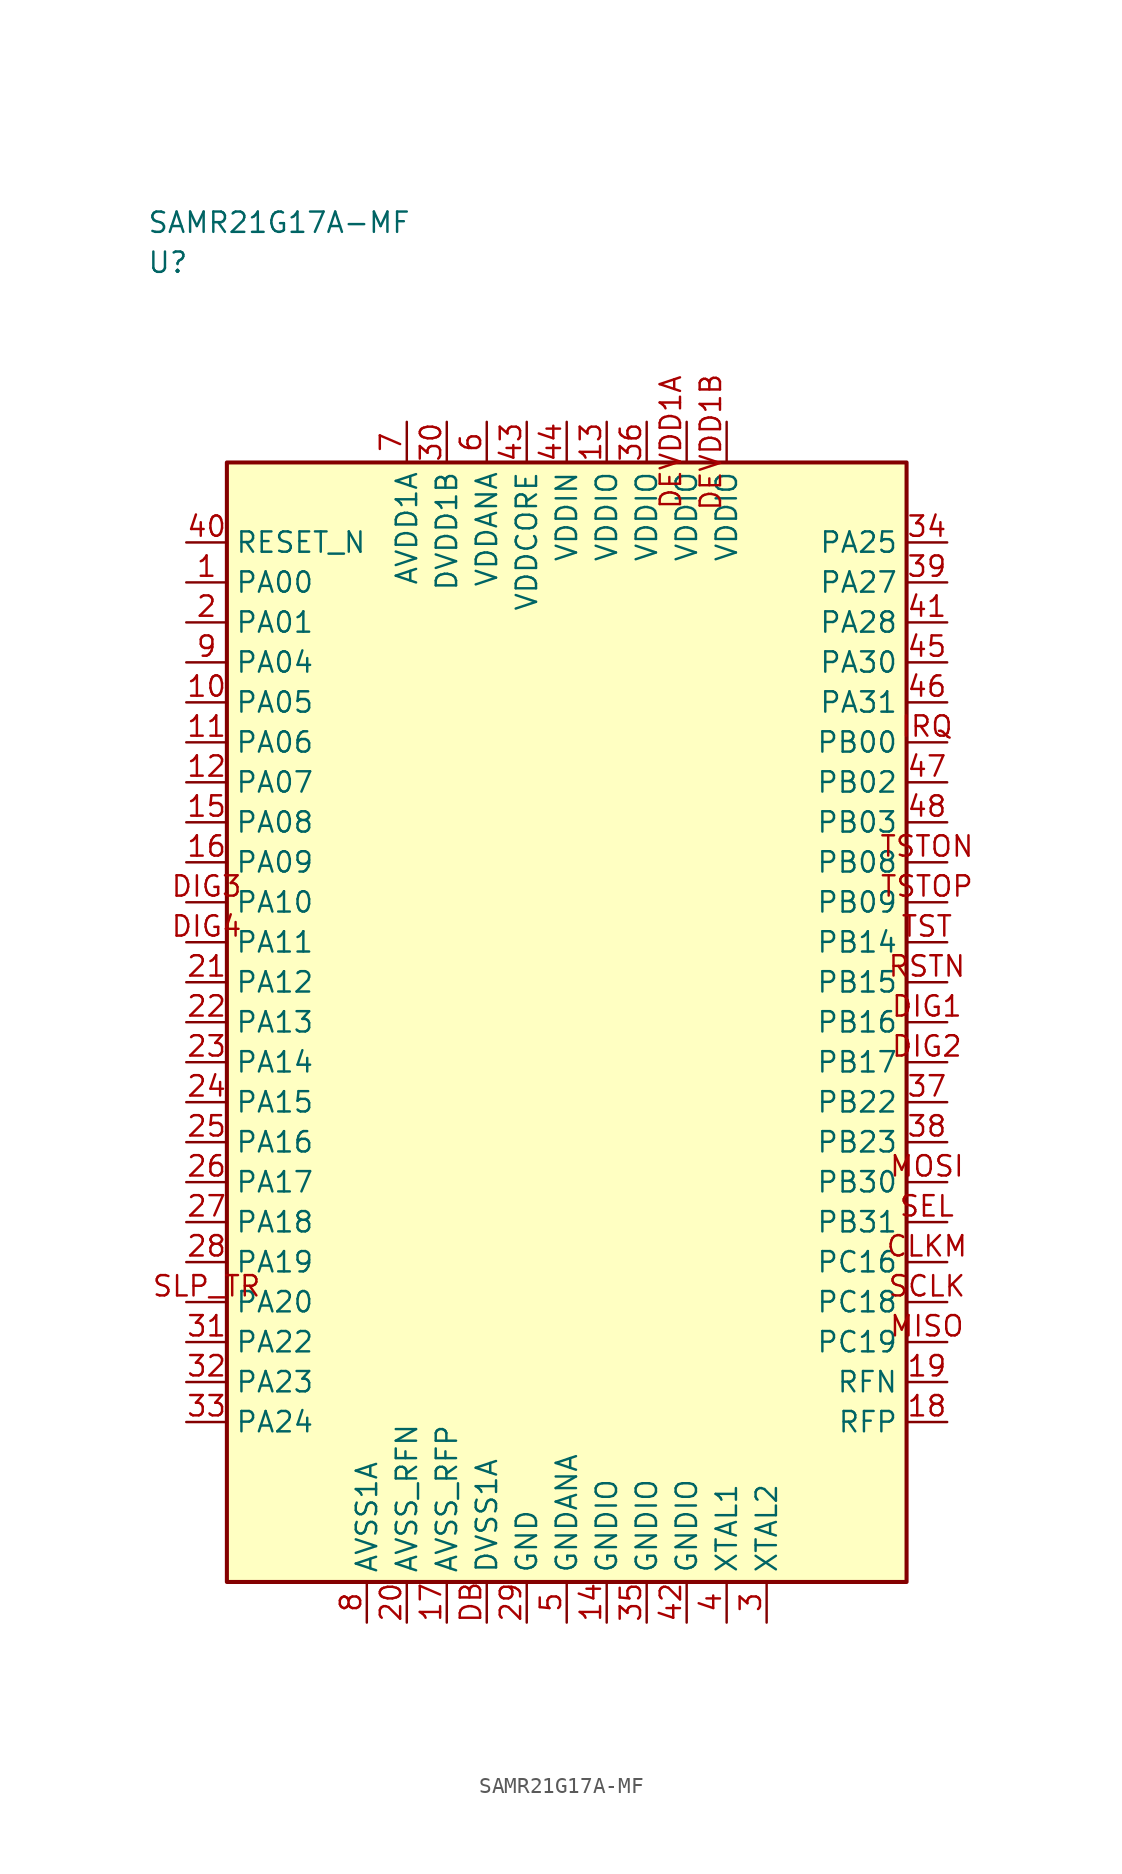
<source format=kicad_sym>
(kicad_symbol_lib
  (version 20241025)
  (generator "kicad_symbol_editor")
  (generator_version "8.0")
  (symbol "SAMR21G17A-MF"
    (property "Reference" "U"
      (at -26.25 47.5 0)
      (effects (font (size 1.27 1.27)) (justify left)))
    (property "Value" "SAMR21G17A-MF"
      (at -26.25 50.0 0)
      (effects (font (size 1.27 1.27)) (justify left)))
    (symbol "SAMR21G17A-MF_0_1"
      (rectangle (start -21.25 35.0) (end 21.25 -35.0) (stroke (width 0.254) (type default)) (fill (type background))))
    (symbol "SAMR21G17A-MF_1_1"
      (pin bidirectional line (at -23.79 27.5 0.0) (length 2.54) (name "PA00" (effects (font (size 1.27 1.27)))) (number "1" (effects (font (size 1.27 1.27)))))
      (pin bidirectional line (at -23.79 25.0 0.0) (length 2.54) (name "PA01" (effects (font (size 1.27 1.27)))) (number "2" (effects (font (size 1.27 1.27)))))
      (pin passive line (at 12.5 -37.54 90.0) (length 2.54) (name "XTAL2" (effects (font (size 1.27 1.27)))) (number "3" (effects (font (size 1.27 1.27)))))
      (pin passive line (at 10.0 -37.54 90.0) (length 2.54) (name "XTAL1" (effects (font (size 1.27 1.27)))) (number "4" (effects (font (size 1.27 1.27)))))
      (pin passive line (at 0.0 -37.54 90.0) (length 2.54) (name "GNDANA" (effects (font (size 1.27 1.27)))) (number "5" (effects (font (size 1.27 1.27)))))
      (pin power_in line (at -5.0 37.54 270.0) (length 2.54) (name "VDDANA" (effects (font (size 1.27 1.27)))) (number "6" (effects (font (size 1.27 1.27)))))
      (pin power_in line (at -10.0 37.54 270.0) (length 2.54) (name "AVDD1A" (effects (font (size 1.27 1.27)))) (number "7" (effects (font (size 1.27 1.27)))))
      (pin passive line (at -12.5 -37.54 90.0) (length 2.54) (name "AVSS1A" (effects (font (size 1.27 1.27)))) (number "8" (effects (font (size 1.27 1.27)))))
      (pin bidirectional line (at -23.79 22.5 0.0) (length 2.54) (name "PA04" (effects (font (size 1.27 1.27)))) (number "9" (effects (font (size 1.27 1.27)))))
      (pin bidirectional line (at -23.79 20.0 0.0) (length 2.54) (name "PA05" (effects (font (size 1.27 1.27)))) (number "10" (effects (font (size 1.27 1.27)))))
      (pin bidirectional line (at -23.79 17.5 0.0) (length 2.54) (name "PA06" (effects (font (size 1.27 1.27)))) (number "11" (effects (font (size 1.27 1.27)))))
      (pin bidirectional line (at -23.79 15.0 0.0) (length 2.54) (name "PA07" (effects (font (size 1.27 1.27)))) (number "12" (effects (font (size 1.27 1.27)))))
      (pin power_in line (at 2.5 37.54 270.0) (length 2.54) (name "VDDIO" (effects (font (size 1.27 1.27)))) (number "13" (effects (font (size 1.27 1.27)))))
      (pin passive line (at 2.5 -37.54 90.0) (length 2.54) (name "GNDIO" (effects (font (size 1.27 1.27)))) (number "14" (effects (font (size 1.27 1.27)))))
      (pin bidirectional line (at -23.79 12.5 0.0) (length 2.54) (name "PA08" (effects (font (size 1.27 1.27)))) (number "15" (effects (font (size 1.27 1.27)))))
      (pin bidirectional line (at -23.79 10.0 0.0) (length 2.54) (name "PA09" (effects (font (size 1.27 1.27)))) (number "16" (effects (font (size 1.27 1.27)))))
      (pin passive line (at -7.5 -37.54 90.0) (length 2.54) (name "AVSS_RFP" (effects (font (size 1.27 1.27)))) (number "17" (effects (font (size 1.27 1.27)))))
      (pin bidirectional line (at 23.79 -25.0 180.0) (length 2.54) (name "RFP" (effects (font (size 1.27 1.27)))) (number "18" (effects (font (size 1.27 1.27)))))
      (pin bidirectional line (at 23.79 -22.5 180.0) (length 2.54) (name "RFN" (effects (font (size 1.27 1.27)))) (number "19" (effects (font (size 1.27 1.27)))))
      (pin passive line (at -10.0 -37.54 90.0) (length 2.54) (name "AVSS_RFN" (effects (font (size 1.27 1.27)))) (number "20" (effects (font (size 1.27 1.27)))))
      (pin bidirectional line (at -23.79 2.5 0.0) (length 2.54) (name "PA12" (effects (font (size 1.27 1.27)))) (number "21" (effects (font (size 1.27 1.27)))))
      (pin bidirectional line (at -23.79 0.0 0.0) (length 2.54) (name "PA13" (effects (font (size 1.27 1.27)))) (number "22" (effects (font (size 1.27 1.27)))))
      (pin bidirectional line (at -23.79 -2.5 0.0) (length 2.54) (name "PA14" (effects (font (size 1.27 1.27)))) (number "23" (effects (font (size 1.27 1.27)))))
      (pin bidirectional line (at -23.79 -5.0 0.0) (length 2.54) (name "PA15" (effects (font (size 1.27 1.27)))) (number "24" (effects (font (size 1.27 1.27)))))
      (pin bidirectional line (at -23.79 -7.5 0.0) (length 2.54) (name "PA16" (effects (font (size 1.27 1.27)))) (number "25" (effects (font (size 1.27 1.27)))))
      (pin bidirectional line (at -23.79 -10.0 0.0) (length 2.54) (name "PA17" (effects (font (size 1.27 1.27)))) (number "26" (effects (font (size 1.27 1.27)))))
      (pin bidirectional line (at -23.79 -12.5 0.0) (length 2.54) (name "PA18" (effects (font (size 1.27 1.27)))) (number "27" (effects (font (size 1.27 1.27)))))
      (pin bidirectional line (at -23.79 -15.0 0.0) (length 2.54) (name "PA19" (effects (font (size 1.27 1.27)))) (number "28" (effects (font (size 1.27 1.27)))))
      (pin passive line (at -2.5 -37.54 90.0) (length 2.54) (name "GND" (effects (font (size 1.27 1.27)))) (number "29" (effects (font (size 1.27 1.27)))))
      (pin power_in line (at -7.5 37.54 270.0) (length 2.54) (name "DVDD1B" (effects (font (size 1.27 1.27)))) (number "30" (effects (font (size 1.27 1.27)))))
      (pin bidirectional line (at -23.79 -20.0 0.0) (length 2.54) (name "PA22" (effects (font (size 1.27 1.27)))) (number "31" (effects (font (size 1.27 1.27)))))
      (pin bidirectional line (at -23.79 -22.5 0.0) (length 2.54) (name "PA23" (effects (font (size 1.27 1.27)))) (number "32" (effects (font (size 1.27 1.27)))))
      (pin bidirectional line (at -23.79 -25.0 0.0) (length 2.54) (name "PA24" (effects (font (size 1.27 1.27)))) (number "33" (effects (font (size 1.27 1.27)))))
      (pin bidirectional line (at 23.79 30.0 180.0) (length 2.54) (name "PA25" (effects (font (size 1.27 1.27)))) (number "34" (effects (font (size 1.27 1.27)))))
      (pin passive line (at 5.0 -37.54 90.0) (length 2.54) (name "GNDIO" (effects (font (size 1.27 1.27)))) (number "35" (effects (font (size 1.27 1.27)))))
      (pin power_in line (at 5.0 37.54 270.0) (length 2.54) (name "VDDIO" (effects (font (size 1.27 1.27)))) (number "36" (effects (font (size 1.27 1.27)))))
      (pin bidirectional line (at 23.79 -5.0 180.0) (length 2.54) (name "PB22" (effects (font (size 1.27 1.27)))) (number "37" (effects (font (size 1.27 1.27)))))
      (pin bidirectional line (at 23.79 -7.5 180.0) (length 2.54) (name "PB23" (effects (font (size 1.27 1.27)))) (number "38" (effects (font (size 1.27 1.27)))))
      (pin bidirectional line (at 23.79 27.5 180.0) (length 2.54) (name "PA27" (effects (font (size 1.27 1.27)))) (number "39" (effects (font (size 1.27 1.27)))))
      (pin input line (at -23.79 30.0 0.0) (length 2.54) (name "RESET_N" (effects (font (size 1.27 1.27)))) (number "40" (effects (font (size 1.27 1.27)))))
      (pin bidirectional line (at 23.79 25.0 180.0) (length 2.54) (name "PA28" (effects (font (size 1.27 1.27)))) (number "41" (effects (font (size 1.27 1.27)))))
      (pin passive line (at 7.5 -37.54 90.0) (length 2.54) (name "GNDIO" (effects (font (size 1.27 1.27)))) (number "42" (effects (font (size 1.27 1.27)))))
      (pin power_in line (at -2.5 37.54 270.0) (length 2.54) (name "VDDCORE" (effects (font (size 1.27 1.27)))) (number "43" (effects (font (size 1.27 1.27)))))
      (pin power_in line (at 0.0 37.54 270.0) (length 2.54) (name "VDDIN" (effects (font (size 1.27 1.27)))) (number "44" (effects (font (size 1.27 1.27)))))
      (pin bidirectional line (at 23.79 22.5 180.0) (length 2.54) (name "PA30" (effects (font (size 1.27 1.27)))) (number "45" (effects (font (size 1.27 1.27)))))
      (pin bidirectional line (at 23.79 20.0 180.0) (length 2.54) (name "PA31" (effects (font (size 1.27 1.27)))) (number "46" (effects (font (size 1.27 1.27)))))
      (pin bidirectional line (at 23.79 15.0 180.0) (length 2.54) (name "PB02" (effects (font (size 1.27 1.27)))) (number "47" (effects (font (size 1.27 1.27)))))
      (pin bidirectional line (at 23.79 12.5 180.0) (length 2.54) (name "PB03" (effects (font (size 1.27 1.27)))) (number "48" (effects (font (size 1.27 1.27)))))
      (pin bidirectional line (at 23.79 -15.0 180.0) (length 2.54) (name "PC16" (effects (font (size 1.27 1.27)))) (number "CLKM" (effects (font (size 1.27 1.27)))))
      (pin passive line (at -5.0 -37.54 90.0) (length 2.54) (name "DVSS1A" (effects (font (size 1.27 1.27)))) (number "DB" (effects (font (size 1.27 1.27)))))
      (pin power_in line (at 7.5 37.54 270.0) (length 2.54) (name "VDDIO" (effects (font (size 1.27 1.27)))) (number "DEVDD1A" (effects (font (size 1.27 1.27)))))
      (pin power_in line (at 10.0 37.54 270.0) (length 2.54) (name "VDDIO" (effects (font (size 1.27 1.27)))) (number "DEVDD1B" (effects (font (size 1.27 1.27)))))
      (pin bidirectional line (at 23.79 0.0 180.0) (length 2.54) (name "PB16" (effects (font (size 1.27 1.27)))) (number "DIG1" (effects (font (size 1.27 1.27)))))
      (pin bidirectional line (at 23.79 -2.5 180.0) (length 2.54) (name "PB17" (effects (font (size 1.27 1.27)))) (number "DIG2" (effects (font (size 1.27 1.27)))))
      (pin bidirectional line (at -23.79 7.5 0.0) (length 2.54) (name "PA10" (effects (font (size 1.27 1.27)))) (number "DIG3" (effects (font (size 1.27 1.27)))))
      (pin bidirectional line (at -23.79 5.0 0.0) (length 2.54) (name "PA11" (effects (font (size 1.27 1.27)))) (number "DIG4" (effects (font (size 1.27 1.27)))))
      (pin bidirectional line (at 23.79 17.5 180.0) (length 2.54) (name "PB00" (effects (font (size 1.27 1.27)))) (number "IRQ" (effects (font (size 1.27 1.27)))))
      (pin bidirectional line (at 23.79 -20.0 180.0) (length 2.54) (name "PC19" (effects (font (size 1.27 1.27)))) (number "MISO" (effects (font (size 1.27 1.27)))))
      (pin bidirectional line (at 23.79 -10.0 180.0) (length 2.54) (name "PB30" (effects (font (size 1.27 1.27)))) (number "MOSI" (effects (font (size 1.27 1.27)))))
      (pin bidirectional line (at 23.79 2.5 180.0) (length 2.54) (name "PB15" (effects (font (size 1.27 1.27)))) (number "RSTN" (effects (font (size 1.27 1.27)))))
      (pin bidirectional line (at 23.79 -17.5 180.0) (length 2.54) (name "PC18" (effects (font (size 1.27 1.27)))) (number "SCLK" (effects (font (size 1.27 1.27)))))
      (pin bidirectional line (at 23.79 -12.5 180.0) (length 2.54) (name "PB31" (effects (font (size 1.27 1.27)))) (number "SEL" (effects (font (size 1.27 1.27)))))
      (pin bidirectional line (at -23.79 -17.5 0.0) (length 2.54) (name "PA20" (effects (font (size 1.27 1.27)))) (number "SLP_TR" (effects (font (size 1.27 1.27)))))
      (pin bidirectional line (at 23.79 5.0 180.0) (length 2.54) (name "PB14" (effects (font (size 1.27 1.27)))) (number "TST" (effects (font (size 1.27 1.27)))))
      (pin bidirectional line (at 23.79 10.0 180.0) (length 2.54) (name "PB08" (effects (font (size 1.27 1.27)))) (number "TSTON" (effects (font (size 1.27 1.27)))))
      (pin bidirectional line (at 23.79 7.5 180.0) (length 2.54) (name "PB09" (effects (font (size 1.27 1.27)))) (number "TSTOP" (effects (font (size 1.27 1.27))))))))
</source>
